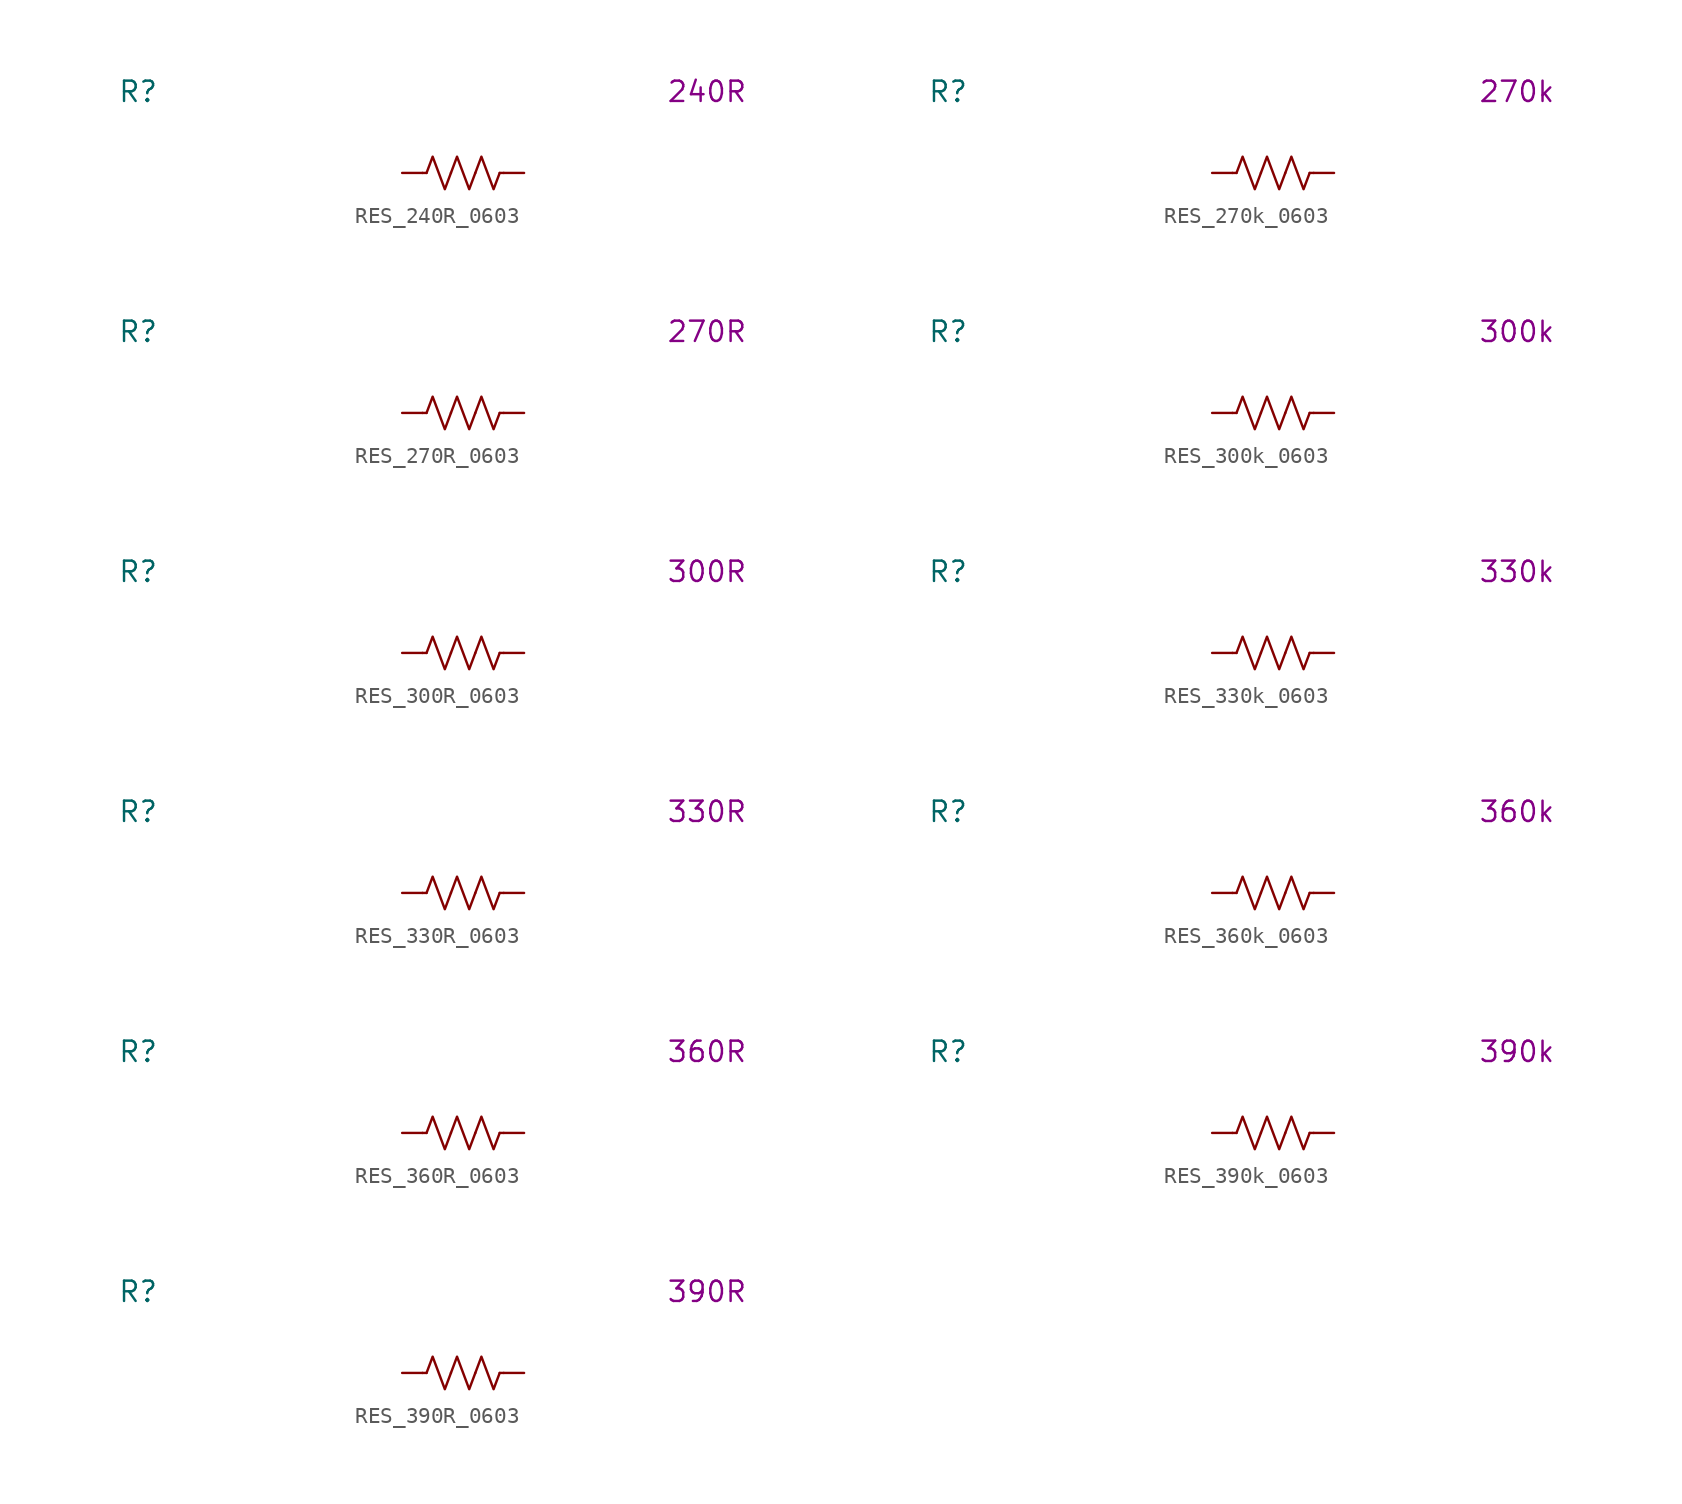
<source format=kicad_sym>
(kicad_symbol_lib
  (version 20231120)
  (generator "kicad_symbol_editor")
  (generator_version "8.0")
  (symbol "RES_240R_0603"
    (pin_numbers hide)
    (property "Reference" "R"
      (at -20.32 5.08 0)
      (effects (font (size 1.27 1.27))))
    (property "Display Value" "240R"
      (at 15.24 5.08 0)
      (effects (font (size 1.27 1.27))))
    (symbol "RES_240R_0603_0_1"
      (polyline (pts (xy -2.286 0) (xy -2.54 0)) (stroke (width 0) (type default)) (fill (type none)))
      (polyline (pts (xy 2.286 0) (xy 2.54 0)) (stroke (width 0) (type default)) (fill (type none)))
      (polyline (pts (xy -2.286 0) (xy -1.905 1.016) (xy -1.524 0) (xy -1.143 -1.016) (xy -0.762 0)) (stroke (width 0) (type default)) (fill (type none)))
      (polyline (pts (xy -0.762 0) (xy -0.381 1.016) (xy 0 0) (xy 0.381 -1.016) (xy 0.762 0)) (stroke (width 0) (type default)) (fill (type none)))
      (polyline (pts (xy 0.762 0) (xy 1.143 1.016) (xy 1.524 0) (xy 1.905 -1.016) (xy 2.286 0)) (stroke (width 0) (type default)) (fill (type none))))
    (symbol "RES_240R_0603_1_1"
      (pin passive line (at -3.81 0 0) (length 1.27) (name "~" (effects (font (size 1.27 1.27)))) (number "1" (effects (font (size 1.27 1.27)))))
      (pin passive line (at 3.81 0 180) (length 1.27) (name "~" (effects (font (size 1.27 1.27)))) (number "2" (effects (font (size 1.27 1.27)))))))
  (symbol "RES_270k_0603"
    (pin_numbers hide)
    (property "Reference" "R"
      (at -20.32 5.08 0)
      (effects (font (size 1.27 1.27))))
    (property "Display Value" "270k"
      (at 15.24 5.08 0)
      (effects (font (size 1.27 1.27))))
    (symbol "RES_270k_0603_0_1"
      (polyline (pts (xy -2.286 0) (xy -2.54 0)) (stroke (width 0) (type default)) (fill (type none)))
      (polyline (pts (xy 2.286 0) (xy 2.54 0)) (stroke (width 0) (type default)) (fill (type none)))
      (polyline (pts (xy -2.286 0) (xy -1.905 1.016) (xy -1.524 0) (xy -1.143 -1.016) (xy -0.762 0)) (stroke (width 0) (type default)) (fill (type none)))
      (polyline (pts (xy -0.762 0) (xy -0.381 1.016) (xy 0 0) (xy 0.381 -1.016) (xy 0.762 0)) (stroke (width 0) (type default)) (fill (type none)))
      (polyline (pts (xy 0.762 0) (xy 1.143 1.016) (xy 1.524 0) (xy 1.905 -1.016) (xy 2.286 0)) (stroke (width 0) (type default)) (fill (type none))))
    (symbol "RES_270k_0603_1_1"
      (pin passive line (at -3.81 0 0) (length 1.27) (name "~" (effects (font (size 1.27 1.27)))) (number "1" (effects (font (size 1.27 1.27)))))
      (pin passive line (at 3.81 0 180) (length 1.27) (name "~" (effects (font (size 1.27 1.27)))) (number "2" (effects (font (size 1.27 1.27)))))))
  (symbol "RES_270R_0603"
    (pin_numbers hide)
    (property "Reference" "R"
      (at -20.32 5.08 0)
      (effects (font (size 1.27 1.27))))
    (property "Display Value" "270R"
      (at 15.24 5.08 0)
      (effects (font (size 1.27 1.27))))
    (symbol "RES_270R_0603_0_1"
      (polyline (pts (xy -2.286 0) (xy -2.54 0)) (stroke (width 0) (type default)) (fill (type none)))
      (polyline (pts (xy 2.286 0) (xy 2.54 0)) (stroke (width 0) (type default)) (fill (type none)))
      (polyline (pts (xy -2.286 0) (xy -1.905 1.016) (xy -1.524 0) (xy -1.143 -1.016) (xy -0.762 0)) (stroke (width 0) (type default)) (fill (type none)))
      (polyline (pts (xy -0.762 0) (xy -0.381 1.016) (xy 0 0) (xy 0.381 -1.016) (xy 0.762 0)) (stroke (width 0) (type default)) (fill (type none)))
      (polyline (pts (xy 0.762 0) (xy 1.143 1.016) (xy 1.524 0) (xy 1.905 -1.016) (xy 2.286 0)) (stroke (width 0) (type default)) (fill (type none))))
    (symbol "RES_270R_0603_1_1"
      (pin passive line (at -3.81 0 0) (length 1.27) (name "~" (effects (font (size 1.27 1.27)))) (number "1" (effects (font (size 1.27 1.27)))))
      (pin passive line (at 3.81 0 180) (length 1.27) (name "~" (effects (font (size 1.27 1.27)))) (number "2" (effects (font (size 1.27 1.27)))))))
  (symbol "RES_300k_0603"
    (pin_numbers hide)
    (property "Reference" "R"
      (at -20.32 5.08 0)
      (effects (font (size 1.27 1.27))))
    (property "Display Value" "300k"
      (at 15.24 5.08 0)
      (effects (font (size 1.27 1.27))))
    (symbol "RES_300k_0603_0_1"
      (polyline (pts (xy -2.286 0) (xy -2.54 0)) (stroke (width 0) (type default)) (fill (type none)))
      (polyline (pts (xy 2.286 0) (xy 2.54 0)) (stroke (width 0) (type default)) (fill (type none)))
      (polyline (pts (xy -2.286 0) (xy -1.905 1.016) (xy -1.524 0) (xy -1.143 -1.016) (xy -0.762 0)) (stroke (width 0) (type default)) (fill (type none)))
      (polyline (pts (xy -0.762 0) (xy -0.381 1.016) (xy 0 0) (xy 0.381 -1.016) (xy 0.762 0)) (stroke (width 0) (type default)) (fill (type none)))
      (polyline (pts (xy 0.762 0) (xy 1.143 1.016) (xy 1.524 0) (xy 1.905 -1.016) (xy 2.286 0)) (stroke (width 0) (type default)) (fill (type none))))
    (symbol "RES_300k_0603_1_1"
      (pin passive line (at -3.81 0 0) (length 1.27) (name "~" (effects (font (size 1.27 1.27)))) (number "1" (effects (font (size 1.27 1.27)))))
      (pin passive line (at 3.81 0 180) (length 1.27) (name "~" (effects (font (size 1.27 1.27)))) (number "2" (effects (font (size 1.27 1.27)))))))
  (symbol "RES_300R_0603"
    (pin_numbers hide)
    (property "Reference" "R"
      (at -20.32 5.08 0)
      (effects (font (size 1.27 1.27))))
    (property "Display Value" "300R"
      (at 15.24 5.08 0)
      (effects (font (size 1.27 1.27))))
    (symbol "RES_300R_0603_0_1"
      (polyline (pts (xy -2.286 0) (xy -2.54 0)) (stroke (width 0) (type default)) (fill (type none)))
      (polyline (pts (xy 2.286 0) (xy 2.54 0)) (stroke (width 0) (type default)) (fill (type none)))
      (polyline (pts (xy -2.286 0) (xy -1.905 1.016) (xy -1.524 0) (xy -1.143 -1.016) (xy -0.762 0)) (stroke (width 0) (type default)) (fill (type none)))
      (polyline (pts (xy -0.762 0) (xy -0.381 1.016) (xy 0 0) (xy 0.381 -1.016) (xy 0.762 0)) (stroke (width 0) (type default)) (fill (type none)))
      (polyline (pts (xy 0.762 0) (xy 1.143 1.016) (xy 1.524 0) (xy 1.905 -1.016) (xy 2.286 0)) (stroke (width 0) (type default)) (fill (type none))))
    (symbol "RES_300R_0603_1_1"
      (pin passive line (at -3.81 0 0) (length 1.27) (name "~" (effects (font (size 1.27 1.27)))) (number "1" (effects (font (size 1.27 1.27)))))
      (pin passive line (at 3.81 0 180) (length 1.27) (name "~" (effects (font (size 1.27 1.27)))) (number "2" (effects (font (size 1.27 1.27)))))))
  (symbol "RES_330k_0603"
    (pin_numbers hide)
    (property "Reference" "R"
      (at -20.32 5.08 0)
      (effects (font (size 1.27 1.27))))
    (property "Display Value" "330k"
      (at 15.24 5.08 0)
      (effects (font (size 1.27 1.27))))
    (symbol "RES_330k_0603_0_1"
      (polyline (pts (xy -2.286 0) (xy -2.54 0)) (stroke (width 0) (type default)) (fill (type none)))
      (polyline (pts (xy 2.286 0) (xy 2.54 0)) (stroke (width 0) (type default)) (fill (type none)))
      (polyline (pts (xy -2.286 0) (xy -1.905 1.016) (xy -1.524 0) (xy -1.143 -1.016) (xy -0.762 0)) (stroke (width 0) (type default)) (fill (type none)))
      (polyline (pts (xy -0.762 0) (xy -0.381 1.016) (xy 0 0) (xy 0.381 -1.016) (xy 0.762 0)) (stroke (width 0) (type default)) (fill (type none)))
      (polyline (pts (xy 0.762 0) (xy 1.143 1.016) (xy 1.524 0) (xy 1.905 -1.016) (xy 2.286 0)) (stroke (width 0) (type default)) (fill (type none))))
    (symbol "RES_330k_0603_1_1"
      (pin passive line (at -3.81 0 0) (length 1.27) (name "~" (effects (font (size 1.27 1.27)))) (number "1" (effects (font (size 1.27 1.27)))))
      (pin passive line (at 3.81 0 180) (length 1.27) (name "~" (effects (font (size 1.27 1.27)))) (number "2" (effects (font (size 1.27 1.27)))))))
  (symbol "RES_330R_0603"
    (pin_numbers hide)
    (property "Reference" "R"
      (at -20.32 5.08 0)
      (effects (font (size 1.27 1.27))))
    (property "Display Value" "330R"
      (at 15.24 5.08 0)
      (effects (font (size 1.27 1.27))))
    (symbol "RES_330R_0603_0_1"
      (polyline (pts (xy -2.286 0) (xy -2.54 0)) (stroke (width 0) (type default)) (fill (type none)))
      (polyline (pts (xy 2.286 0) (xy 2.54 0)) (stroke (width 0) (type default)) (fill (type none)))
      (polyline (pts (xy -2.286 0) (xy -1.905 1.016) (xy -1.524 0) (xy -1.143 -1.016) (xy -0.762 0)) (stroke (width 0) (type default)) (fill (type none)))
      (polyline (pts (xy -0.762 0) (xy -0.381 1.016) (xy 0 0) (xy 0.381 -1.016) (xy 0.762 0)) (stroke (width 0) (type default)) (fill (type none)))
      (polyline (pts (xy 0.762 0) (xy 1.143 1.016) (xy 1.524 0) (xy 1.905 -1.016) (xy 2.286 0)) (stroke (width 0) (type default)) (fill (type none))))
    (symbol "RES_330R_0603_1_1"
      (pin passive line (at -3.81 0 0) (length 1.27) (name "~" (effects (font (size 1.27 1.27)))) (number "1" (effects (font (size 1.27 1.27)))))
      (pin passive line (at 3.81 0 180) (length 1.27) (name "~" (effects (font (size 1.27 1.27)))) (number "2" (effects (font (size 1.27 1.27)))))))
  (symbol "RES_360k_0603"
    (pin_numbers hide)
    (property "Reference" "R"
      (at -20.32 5.08 0)
      (effects (font (size 1.27 1.27))))
    (property "Display Value" "360k"
      (at 15.24 5.08 0)
      (effects (font (size 1.27 1.27))))
    (symbol "RES_360k_0603_0_1"
      (polyline (pts (xy -2.286 0) (xy -2.54 0)) (stroke (width 0) (type default)) (fill (type none)))
      (polyline (pts (xy 2.286 0) (xy 2.54 0)) (stroke (width 0) (type default)) (fill (type none)))
      (polyline (pts (xy -2.286 0) (xy -1.905 1.016) (xy -1.524 0) (xy -1.143 -1.016) (xy -0.762 0)) (stroke (width 0) (type default)) (fill (type none)))
      (polyline (pts (xy -0.762 0) (xy -0.381 1.016) (xy 0 0) (xy 0.381 -1.016) (xy 0.762 0)) (stroke (width 0) (type default)) (fill (type none)))
      (polyline (pts (xy 0.762 0) (xy 1.143 1.016) (xy 1.524 0) (xy 1.905 -1.016) (xy 2.286 0)) (stroke (width 0) (type default)) (fill (type none))))
    (symbol "RES_360k_0603_1_1"
      (pin passive line (at -3.81 0 0) (length 1.27) (name "~" (effects (font (size 1.27 1.27)))) (number "1" (effects (font (size 1.27 1.27)))))
      (pin passive line (at 3.81 0 180) (length 1.27) (name "~" (effects (font (size 1.27 1.27)))) (number "2" (effects (font (size 1.27 1.27)))))))
  (symbol "RES_360R_0603"
    (pin_numbers hide)
    (property "Reference" "R"
      (at -20.32 5.08 0)
      (effects (font (size 1.27 1.27))))
    (property "Display Value" "360R"
      (at 15.24 5.08 0)
      (effects (font (size 1.27 1.27))))
    (symbol "RES_360R_0603_0_1"
      (polyline (pts (xy -2.286 0) (xy -2.54 0)) (stroke (width 0) (type default)) (fill (type none)))
      (polyline (pts (xy 2.286 0) (xy 2.54 0)) (stroke (width 0) (type default)) (fill (type none)))
      (polyline (pts (xy -2.286 0) (xy -1.905 1.016) (xy -1.524 0) (xy -1.143 -1.016) (xy -0.762 0)) (stroke (width 0) (type default)) (fill (type none)))
      (polyline (pts (xy -0.762 0) (xy -0.381 1.016) (xy 0 0) (xy 0.381 -1.016) (xy 0.762 0)) (stroke (width 0) (type default)) (fill (type none)))
      (polyline (pts (xy 0.762 0) (xy 1.143 1.016) (xy 1.524 0) (xy 1.905 -1.016) (xy 2.286 0)) (stroke (width 0) (type default)) (fill (type none))))
    (symbol "RES_360R_0603_1_1"
      (pin passive line (at -3.81 0 0) (length 1.27) (name "~" (effects (font (size 1.27 1.27)))) (number "1" (effects (font (size 1.27 1.27)))))
      (pin passive line (at 3.81 0 180) (length 1.27) (name "~" (effects (font (size 1.27 1.27)))) (number "2" (effects (font (size 1.27 1.27)))))))
  (symbol "RES_390k_0603"
    (pin_numbers hide)
    (property "Reference" "R"
      (at -20.32 5.08 0)
      (effects (font (size 1.27 1.27))))
    (property "Display Value" "390k"
      (at 15.24 5.08 0)
      (effects (font (size 1.27 1.27))))
    (symbol "RES_390k_0603_0_1"
      (polyline (pts (xy -2.286 0) (xy -2.54 0)) (stroke (width 0) (type default)) (fill (type none)))
      (polyline (pts (xy 2.286 0) (xy 2.54 0)) (stroke (width 0) (type default)) (fill (type none)))
      (polyline (pts (xy -2.286 0) (xy -1.905 1.016) (xy -1.524 0) (xy -1.143 -1.016) (xy -0.762 0)) (stroke (width 0) (type default)) (fill (type none)))
      (polyline (pts (xy -0.762 0) (xy -0.381 1.016) (xy 0 0) (xy 0.381 -1.016) (xy 0.762 0)) (stroke (width 0) (type default)) (fill (type none)))
      (polyline (pts (xy 0.762 0) (xy 1.143 1.016) (xy 1.524 0) (xy 1.905 -1.016) (xy 2.286 0)) (stroke (width 0) (type default)) (fill (type none))))
    (symbol "RES_390k_0603_1_1"
      (pin passive line (at -3.81 0 0) (length 1.27) (name "~" (effects (font (size 1.27 1.27)))) (number "1" (effects (font (size 1.27 1.27)))))
      (pin passive line (at 3.81 0 180) (length 1.27) (name "~" (effects (font (size 1.27 1.27)))) (number "2" (effects (font (size 1.27 1.27)))))))
  (symbol "RES_390R_0603"
    (pin_numbers hide)
    (property "Reference" "R"
      (at -20.32 5.08 0)
      (effects (font (size 1.27 1.27))))
    (property "Display Value" "390R"
      (at 15.24 5.08 0)
      (effects (font (size 1.27 1.27))))
    (symbol "RES_390R_0603_0_1"
      (polyline (pts (xy -2.286 0) (xy -2.54 0)) (stroke (width 0) (type default)) (fill (type none)))
      (polyline (pts (xy 2.286 0) (xy 2.54 0)) (stroke (width 0) (type default)) (fill (type none)))
      (polyline (pts (xy -2.286 0) (xy -1.905 1.016) (xy -1.524 0) (xy -1.143 -1.016) (xy -0.762 0)) (stroke (width 0) (type default)) (fill (type none)))
      (polyline (pts (xy -0.762 0) (xy -0.381 1.016) (xy 0 0) (xy 0.381 -1.016) (xy 0.762 0)) (stroke (width 0) (type default)) (fill (type none)))
      (polyline (pts (xy 0.762 0) (xy 1.143 1.016) (xy 1.524 0) (xy 1.905 -1.016) (xy 2.286 0)) (stroke (width 0) (type default)) (fill (type none))))
    (symbol "RES_390R_0603_1_1"
      (pin passive line (at -3.81 0 0) (length 1.27) (name "~" (effects (font (size 1.27 1.27)))) (number "1" (effects (font (size 1.27 1.27)))))
      (pin passive line (at 3.81 0 180) (length 1.27) (name "~" (effects (font (size 1.27 1.27)))) (number "2" (effects (font (size 1.27 1.27))))))))
</source>
